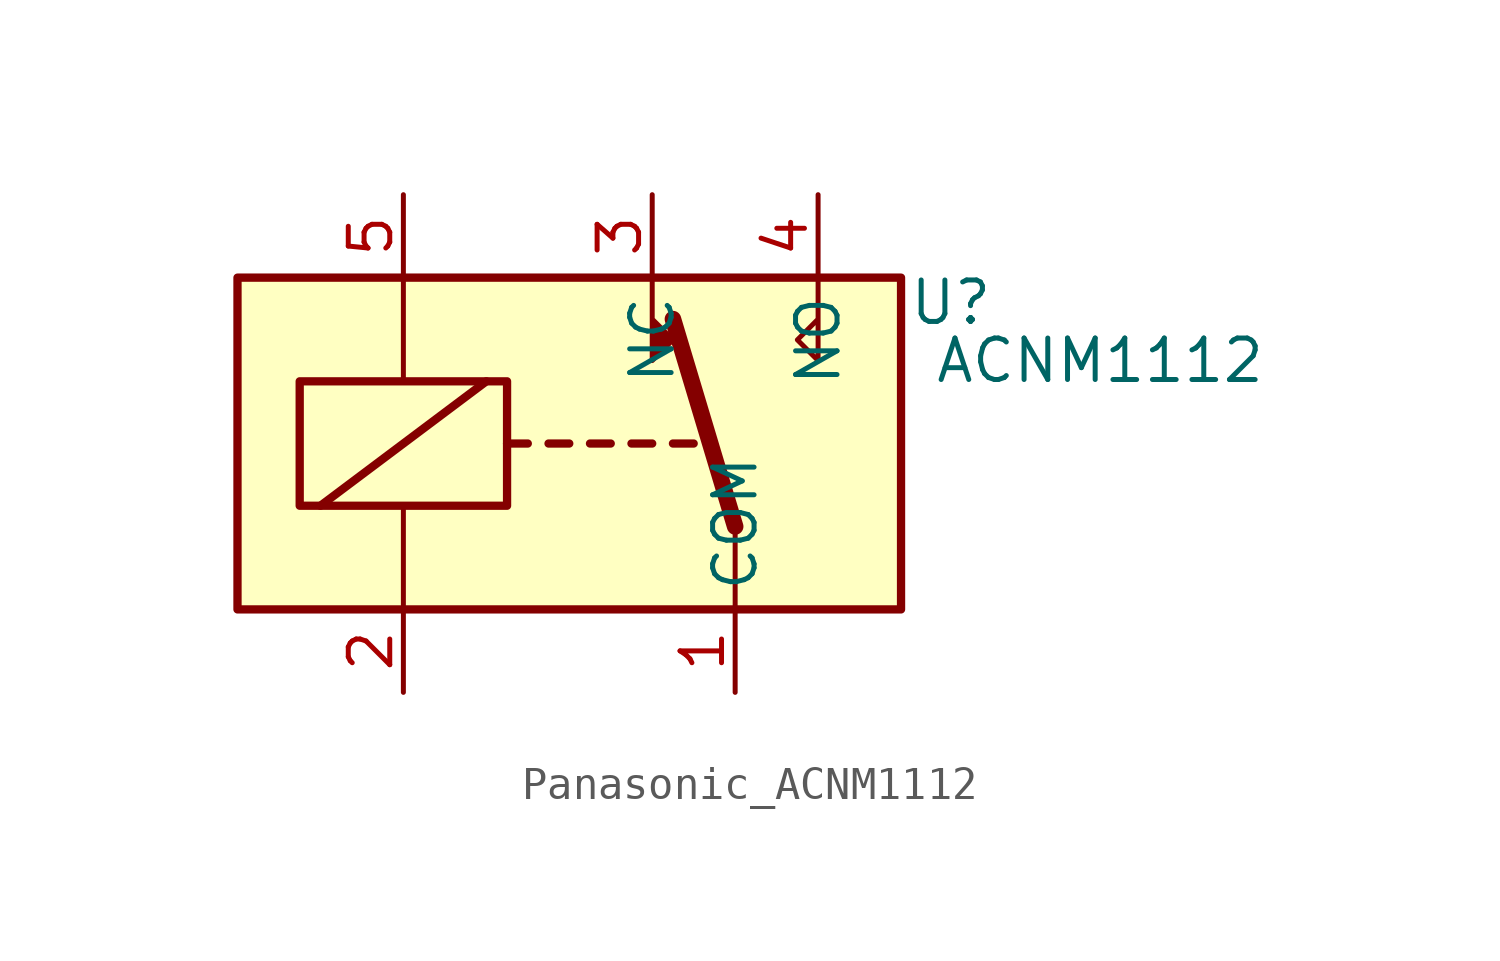
<source format=kicad_sym>
(kicad_symbol_lib
  (version 20241209)
  (generator "kicad_symbol_editor")
  (generator_version "9.0")
  (symbol "Panasonic_ACNM1112"
    (property "Reference" "U"
      (at 21.844 -3.302 0)
      (effects (font (size 1.27 1.27))))
    (property "Value" "ACNM1112"
      (at 26.416 -5.08 0)
      (effects (font (size 1.27 1.27))))
    (symbol "Panasonic_ACNM1112_0_0"
      (polyline (pts (xy 17.78 -2.54) (xy 17.78 -5.08) (xy 17.145 -4.445) (xy 17.78 -3.81)) (stroke (width 0) (type default)) (fill (type none))))
    (symbol "Panasonic_ACNM1112_0_1"
      (rectangle (start 0 -2.54) (end 20.32 -12.7) (stroke (width 0.254) (type default)) (fill (type background)))
      (rectangle (start 1.905 -5.715) (end 8.255 -9.525) (stroke (width 0.254) (type default)) (fill (type none)))
      (polyline (pts (xy 2.54 -9.525) (xy 7.62 -5.715)) (stroke (width 0.254) (type default)) (fill (type none)))
      (polyline (pts (xy 5.08 -2.54) (xy 5.08 -5.715)) (stroke (width 0) (type default)) (fill (type none)))
      (polyline (pts (xy 5.08 -12.7) (xy 5.08 -9.525)) (stroke (width 0) (type default)) (fill (type none)))
      (polyline (pts (xy 8.255 -7.62) (xy 8.89 -7.62)) (stroke (width 0.254) (type default)) (fill (type none)))
      (polyline (pts (xy 9.525 -7.62) (xy 10.16 -7.62)) (stroke (width 0.254) (type default)) (fill (type none)))
      (polyline (pts (xy 10.795 -7.62) (xy 11.43 -7.62)) (stroke (width 0.254) (type default)) (fill (type none)))
      (polyline (pts (xy 12.065 -7.62) (xy 12.7 -7.62)) (stroke (width 0.254) (type default)) (fill (type none)))
      (polyline (pts (xy 12.7 -2.54) (xy 12.7 -5.08) (xy 13.335 -4.445) (xy 12.7 -3.81)) (stroke (width 0) (type default)) (fill (type outline)))
      (polyline (pts (xy 13.335 -7.62) (xy 13.97 -7.62)) (stroke (width 0.254) (type default)) (fill (type none)))
      (polyline (pts (xy 15.24 -10.16) (xy 13.335 -3.81)) (stroke (width 0.508) (type default)) (fill (type none)))
      (polyline (pts (xy 15.24 -10.16) (xy 15.24 -12.7)) (stroke (width 0) (type default)) (fill (type none))))
    (symbol "Panasonic_ACNM1112_1_1"
      (pin passive line (at 5.08 0 270) (length 2.54) (name "" (effects (font (size 1.27 1.27)))) (number "5" (effects (font (size 1.27 1.27)))))
      (pin passive line (at 5.08 -15.24 90) (length 2.54) (name "" (effects (font (size 1.27 1.27)))) (number "2" (effects (font (size 1.27 1.27)))))
      (pin passive line (at 12.7 0 270) (length 2.54) (name "NC" (effects (font (size 1.27 1.27)))) (number "3" (effects (font (size 1.27 1.27)))))
      (pin passive line (at 15.24 -15.24 90) (length 2.54) (name "COM" (effects (font (size 1.27 1.27)))) (number "1" (effects (font (size 1.27 1.27)))))
      (pin passive line (at 17.78 0 270) (length 2.54) (name "NO" (effects (font (size 1.27 1.27)))) (number "4" (effects (font (size 1.27 1.27))))))))
</source>
